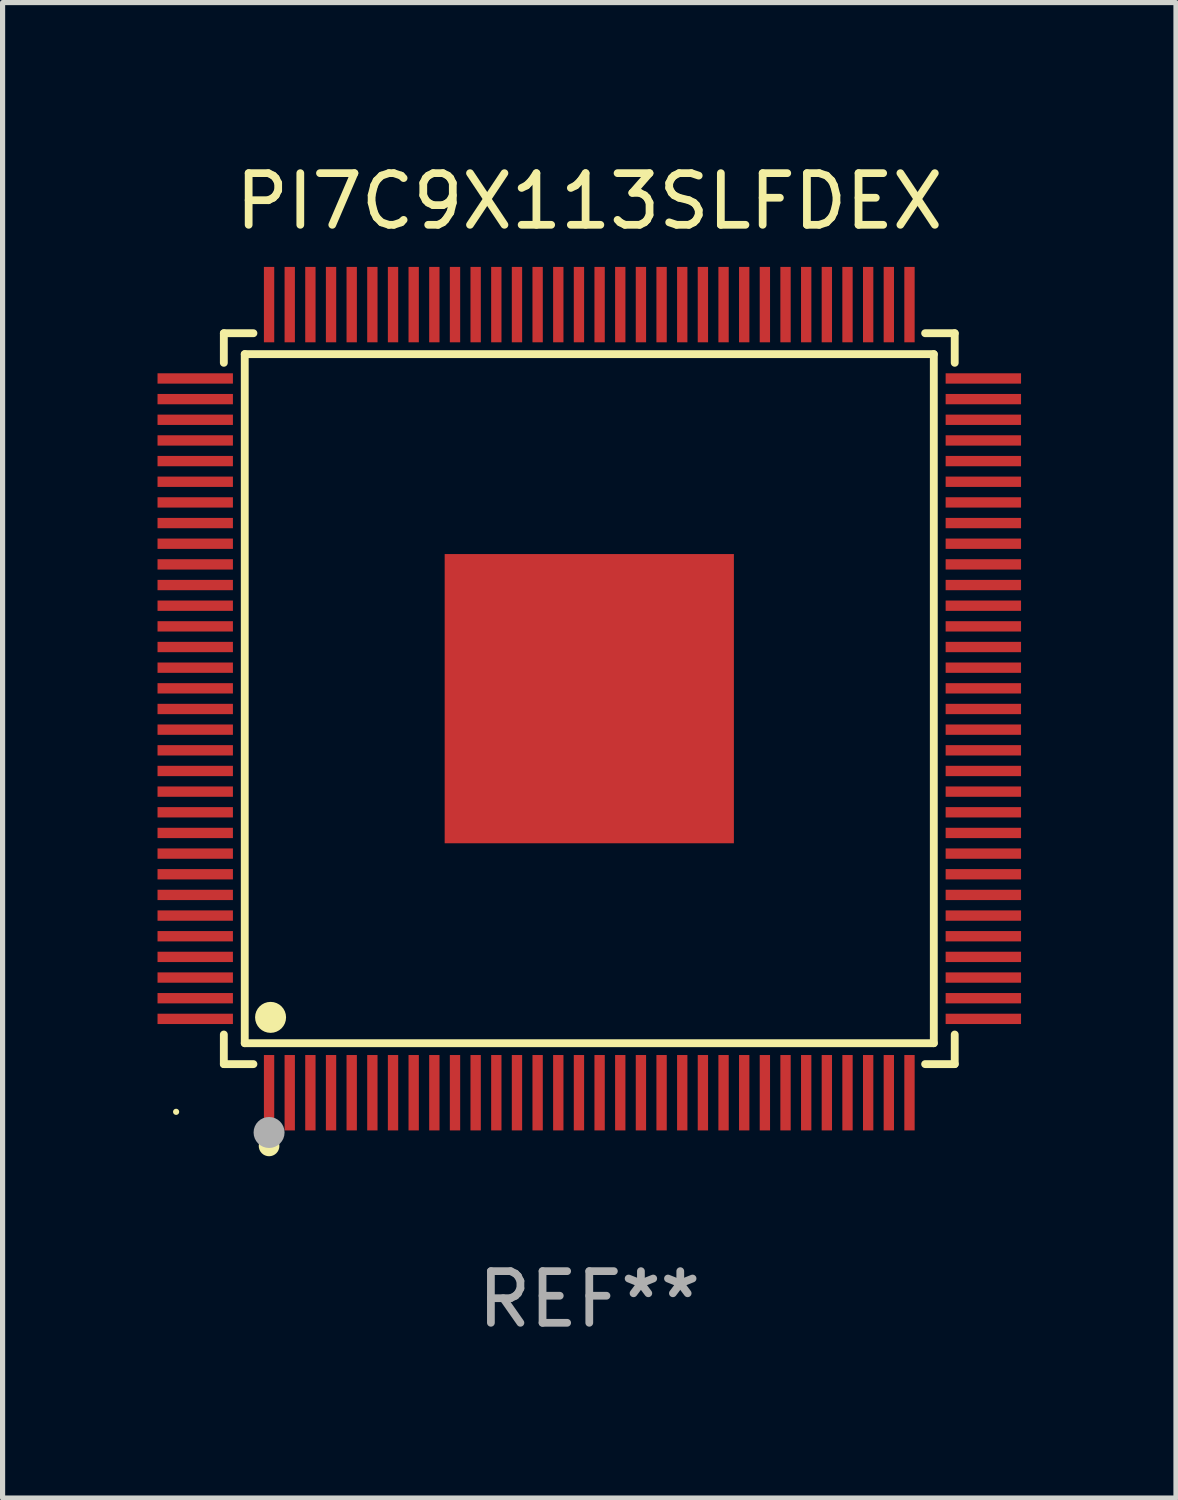
<source format=kicad_pcb>
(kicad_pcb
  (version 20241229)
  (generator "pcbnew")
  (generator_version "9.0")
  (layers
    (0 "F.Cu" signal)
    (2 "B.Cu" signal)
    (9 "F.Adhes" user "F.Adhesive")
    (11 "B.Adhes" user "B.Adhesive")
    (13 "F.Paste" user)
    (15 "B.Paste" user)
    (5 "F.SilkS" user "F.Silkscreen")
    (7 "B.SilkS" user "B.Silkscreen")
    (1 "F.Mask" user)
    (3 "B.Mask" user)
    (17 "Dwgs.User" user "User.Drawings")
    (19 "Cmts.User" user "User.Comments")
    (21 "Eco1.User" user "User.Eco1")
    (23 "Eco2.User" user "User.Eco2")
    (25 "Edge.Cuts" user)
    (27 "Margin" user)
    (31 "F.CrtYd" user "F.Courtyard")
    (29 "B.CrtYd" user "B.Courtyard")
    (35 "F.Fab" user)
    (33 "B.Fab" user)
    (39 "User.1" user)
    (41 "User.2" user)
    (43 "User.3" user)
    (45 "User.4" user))
  (footprint "PI7C9X113SLFDEX"
    (layer "F.Cu")
    (at 8.36 10.478)
    (property "Reference" "PI7C9X113SLFDEX" (at 0 -9.63 0) (layer "F.SilkS") (effects (font (size 1 1) (thickness 0.15))))
    (attr through_hole)
    (fp_line (start -7.076 -7.076) (end -6.503 -7.076) (stroke (width 0.152) (type solid)) (layer "F.SilkS"))
    (fp_line (start -7.076 -6.503) (end -7.076 -7.076) (stroke (width 0.152) (type solid)) (layer "F.SilkS"))
    (fp_line (start -7.076 6.503) (end -7.076 7.076) (stroke (width 0.152) (type solid)) (layer "F.SilkS"))
    (fp_line (start -7.076 7.076) (end -6.503 7.076) (stroke (width 0.152) (type solid)) (layer "F.SilkS"))
    (fp_line (start -6.671 -6.671) (end 6.671 -6.671) (stroke (width 0.152) (type solid)) (layer "F.SilkS"))
    (fp_line (start -6.671 6.671) (end -6.671 -6.671) (stroke (width 0.152) (type solid)) (layer "F.SilkS"))
    (fp_line (start 6.671 -6.671) (end 6.671 6.671) (stroke (width 0.152) (type solid)) (layer "F.SilkS"))
    (fp_line (start 6.671 6.671) (end -6.671 6.671) (stroke (width 0.152) (type solid)) (layer "F.SilkS"))
    (fp_line (start 7.076 -7.076) (end 6.503 -7.076) (stroke (width 0.152) (type solid)) (layer "F.SilkS"))
    (fp_line (start 7.076 -6.503) (end 7.076 -7.076) (stroke (width 0.152) (type solid)) (layer "F.SilkS"))
    (fp_line (start 7.076 6.503) (end 7.076 7.076) (stroke (width 0.152) (type solid)) (layer "F.SilkS"))
    (fp_line (start 7.076 7.076) (end 6.503 7.076) (stroke (width 0.152) (type solid)) (layer "F.SilkS"))
    (fp_circle (center -8 8) (end -7.97 8) (stroke (width 0.06) (type solid)) (fill no) (layer "F.SilkS"))
    (fp_circle (center -6.2 8.66) (end -6.1 8.66) (stroke (width 0.2) (type solid)) (fill no) (layer "F.SilkS"))
    (fp_circle (center -6.171 6.171) (end -6.021 6.171) (stroke (width 0.3) (type solid)) (fill no) (layer "F.SilkS"))
    (fp_circle (center -6.2 8.4) (end -6.05 8.4) (stroke (width 0.3) (type solid)) (fill no) (layer "F.Fab"))
    (fp_text user "REF**" (at 0 11.63 0) (layer "F.Fab") (effects (font (size 1 1) (thickness 0.15))))
    (pad "1" smd rect (at -6.2 7.63) (size 0.2 1.46) (layers "F.Cu" "F.Mask" "F.Paste"))
    (pad "2" smd rect (at -5.8 7.63) (size 0.2 1.46) (layers "F.Cu" "F.Mask" "F.Paste"))
    (pad "3" smd rect (at -5.4 7.63) (size 0.2 1.46) (layers "F.Cu" "F.Mask" "F.Paste"))
    (pad "4" smd rect (at -5 7.63) (size 0.2 1.46) (layers "F.Cu" "F.Mask" "F.Paste"))
    (pad "5" smd rect (at -4.6 7.63) (size 0.2 1.46) (layers "F.Cu" "F.Mask" "F.Paste"))
    (pad "6" smd rect (at -4.2 7.63) (size 0.2 1.46) (layers "F.Cu" "F.Mask" "F.Paste"))
    (pad "7" smd rect (at -3.8 7.63) (size 0.2 1.46) (layers "F.Cu" "F.Mask" "F.Paste"))
    (pad "8" smd rect (at -3.4 7.63) (size 0.2 1.46) (layers "F.Cu" "F.Mask" "F.Paste"))
    (pad "9" smd rect (at -3 7.63) (size 0.2 1.46) (layers "F.Cu" "F.Mask" "F.Paste"))
    (pad "10" smd rect (at -2.6 7.63) (size 0.2 1.46) (layers "F.Cu" "F.Mask" "F.Paste"))
    (pad "11" smd rect (at -2.2 7.63) (size 0.2 1.46) (layers "F.Cu" "F.Mask" "F.Paste"))
    (pad "12" smd rect (at -1.8 7.63) (size 0.2 1.46) (layers "F.Cu" "F.Mask" "F.Paste"))
    (pad "13" smd rect (at -1.4 7.63) (size 0.2 1.46) (layers "F.Cu" "F.Mask" "F.Paste"))
    (pad "14" smd rect (at -1 7.63) (size 0.2 1.46) (layers "F.Cu" "F.Mask" "F.Paste"))
    (pad "15" smd rect (at -0.6 7.63) (size 0.2 1.46) (layers "F.Cu" "F.Mask" "F.Paste"))
    (pad "16" smd rect (at -0.2 7.63) (size 0.2 1.46) (layers "F.Cu" "F.Mask" "F.Paste"))
    (pad "17" smd rect (at 0.2 7.63) (size 0.2 1.46) (layers "F.Cu" "F.Mask" "F.Paste"))
    (pad "18" smd rect (at 0.6 7.63) (size 0.2 1.46) (layers "F.Cu" "F.Mask" "F.Paste"))
    (pad "19" smd rect (at 1 7.63) (size 0.2 1.46) (layers "F.Cu" "F.Mask" "F.Paste"))
    (pad "20" smd rect (at 1.4 7.63) (size 0.2 1.46) (layers "F.Cu" "F.Mask" "F.Paste"))
    (pad "21" smd rect (at 1.8 7.63) (size 0.2 1.46) (layers "F.Cu" "F.Mask" "F.Paste"))
    (pad "22" smd rect (at 2.2 7.63) (size 0.2 1.46) (layers "F.Cu" "F.Mask" "F.Paste"))
    (pad "23" smd rect (at 2.6 7.63) (size 0.2 1.46) (layers "F.Cu" "F.Mask" "F.Paste"))
    (pad "24" smd rect (at 3 7.63) (size 0.2 1.46) (layers "F.Cu" "F.Mask" "F.Paste"))
    (pad "25" smd rect (at 3.4 7.63) (size 0.2 1.46) (layers "F.Cu" "F.Mask" "F.Paste"))
    (pad "26" smd rect (at 3.8 7.63) (size 0.2 1.46) (layers "F.Cu" "F.Mask" "F.Paste"))
    (pad "27" smd rect (at 4.2 7.63) (size 0.2 1.46) (layers "F.Cu" "F.Mask" "F.Paste"))
    (pad "28" smd rect (at 4.6 7.63) (size 0.2 1.46) (layers "F.Cu" "F.Mask" "F.Paste"))
    (pad "29" smd rect (at 5 7.63) (size 0.2 1.46) (layers "F.Cu" "F.Mask" "F.Paste"))
    (pad "30" smd rect (at 5.4 7.63) (size 0.2 1.46) (layers "F.Cu" "F.Mask" "F.Paste"))
    (pad "31" smd rect (at 5.8 7.63) (size 0.2 1.46) (layers "F.Cu" "F.Mask" "F.Paste"))
    (pad "32" smd rect (at 6.2 7.63) (size 0.2 1.46) (layers "F.Cu" "F.Mask" "F.Paste"))
    (pad "33" smd rect (at 7.63 6.2) (size 1.46 0.2) (layers "F.Cu" "F.Mask" "F.Paste"))
    (pad "34" smd rect (at 7.63 5.8) (size 1.46 0.2) (layers "F.Cu" "F.Mask" "F.Paste"))
    (pad "35" smd rect (at 7.63 5.4) (size 1.46 0.2) (layers "F.Cu" "F.Mask" "F.Paste"))
    (pad "36" smd rect (at 7.63 5) (size 1.46 0.2) (layers "F.Cu" "F.Mask" "F.Paste"))
    (pad "37" smd rect (at 7.63 4.6) (size 1.46 0.2) (layers "F.Cu" "F.Mask" "F.Paste"))
    (pad "38" smd rect (at 7.63 4.2) (size 1.46 0.2) (layers "F.Cu" "F.Mask" "F.Paste"))
    (pad "39" smd rect (at 7.63 3.8) (size 1.46 0.2) (layers "F.Cu" "F.Mask" "F.Paste"))
    (pad "40" smd rect (at 7.63 3.4) (size 1.46 0.2) (layers "F.Cu" "F.Mask" "F.Paste"))
    (pad "41" smd rect (at 7.63 3) (size 1.46 0.2) (layers "F.Cu" "F.Mask" "F.Paste"))
    (pad "42" smd rect (at 7.63 2.6) (size 1.46 0.2) (layers "F.Cu" "F.Mask" "F.Paste"))
    (pad "43" smd rect (at 7.63 2.2) (size 1.46 0.2) (layers "F.Cu" "F.Mask" "F.Paste"))
    (pad "44" smd rect (at 7.63 1.8) (size 1.46 0.2) (layers "F.Cu" "F.Mask" "F.Paste"))
    (pad "45" smd rect (at 7.63 1.4) (size 1.46 0.2) (layers "F.Cu" "F.Mask" "F.Paste"))
    (pad "46" smd rect (at 7.63 1) (size 1.46 0.2) (layers "F.Cu" "F.Mask" "F.Paste"))
    (pad "47" smd rect (at 7.63 0.6) (size 1.46 0.2) (layers "F.Cu" "F.Mask" "F.Paste"))
    (pad "48" smd rect (at 7.63 0.2) (size 1.46 0.2) (layers "F.Cu" "F.Mask" "F.Paste"))
    (pad "49" smd rect (at 7.63 -0.2) (size 1.46 0.2) (layers "F.Cu" "F.Mask" "F.Paste"))
    (pad "50" smd rect (at 7.63 -0.6) (size 1.46 0.2) (layers "F.Cu" "F.Mask" "F.Paste"))
    (pad "51" smd rect (at 7.63 -1) (size 1.46 0.2) (layers "F.Cu" "F.Mask" "F.Paste"))
    (pad "52" smd rect (at 7.63 -1.4) (size 1.46 0.2) (layers "F.Cu" "F.Mask" "F.Paste"))
    (pad "53" smd rect (at 7.63 -1.8) (size 1.46 0.2) (layers "F.Cu" "F.Mask" "F.Paste"))
    (pad "54" smd rect (at 7.63 -2.2) (size 1.46 0.2) (layers "F.Cu" "F.Mask" "F.Paste"))
    (pad "55" smd rect (at 7.63 -2.6) (size 1.46 0.2) (layers "F.Cu" "F.Mask" "F.Paste"))
    (pad "56" smd rect (at 7.63 -3) (size 1.46 0.2) (layers "F.Cu" "F.Mask" "F.Paste"))
    (pad "57" smd rect (at 7.63 -3.4) (size 1.46 0.2) (layers "F.Cu" "F.Mask" "F.Paste"))
    (pad "58" smd rect (at 7.63 -3.8) (size 1.46 0.2) (layers "F.Cu" "F.Mask" "F.Paste"))
    (pad "59" smd rect (at 7.63 -4.2) (size 1.46 0.2) (layers "F.Cu" "F.Mask" "F.Paste"))
    (pad "60" smd rect (at 7.63 -4.6) (size 1.46 0.2) (layers "F.Cu" "F.Mask" "F.Paste"))
    (pad "61" smd rect (at 7.63 -5) (size 1.46 0.2) (layers "F.Cu" "F.Mask" "F.Paste"))
    (pad "62" smd rect (at 7.63 -5.4) (size 1.46 0.2) (layers "F.Cu" "F.Mask" "F.Paste"))
    (pad "63" smd rect (at 7.63 -5.8) (size 1.46 0.2) (layers "F.Cu" "F.Mask" "F.Paste"))
    (pad "64" smd rect (at 7.63 -6.2) (size 1.46 0.2) (layers "F.Cu" "F.Mask" "F.Paste"))
    (pad "65" smd rect (at 6.2 -7.63) (size 0.2 1.46) (layers "F.Cu" "F.Mask" "F.Paste"))
    (pad "66" smd rect (at 5.8 -7.63) (size 0.2 1.46) (layers "F.Cu" "F.Mask" "F.Paste"))
    (pad "67" smd rect (at 5.4 -7.63) (size 0.2 1.46) (layers "F.Cu" "F.Mask" "F.Paste"))
    (pad "68" smd rect (at 5 -7.63) (size 0.2 1.46) (layers "F.Cu" "F.Mask" "F.Paste"))
    (pad "69" smd rect (at 4.6 -7.63) (size 0.2 1.46) (layers "F.Cu" "F.Mask" "F.Paste"))
    (pad "70" smd rect (at 4.2 -7.63) (size 0.2 1.46) (layers "F.Cu" "F.Mask" "F.Paste"))
    (pad "71" smd rect (at 3.8 -7.63) (size 0.2 1.46) (layers "F.Cu" "F.Mask" "F.Paste"))
    (pad "72" smd rect (at 3.4 -7.63) (size 0.2 1.46) (layers "F.Cu" "F.Mask" "F.Paste"))
    (pad "73" smd rect (at 3 -7.63) (size 0.2 1.46) (layers "F.Cu" "F.Mask" "F.Paste"))
    (pad "74" smd rect (at 2.6 -7.63) (size 0.2 1.46) (layers "F.Cu" "F.Mask" "F.Paste"))
    (pad "75" smd rect (at 2.2 -7.63) (size 0.2 1.46) (layers "F.Cu" "F.Mask" "F.Paste"))
    (pad "76" smd rect (at 1.8 -7.63) (size 0.2 1.46) (layers "F.Cu" "F.Mask" "F.Paste"))
    (pad "77" smd rect (at 1.4 -7.63) (size 0.2 1.46) (layers "F.Cu" "F.Mask" "F.Paste"))
    (pad "78" smd rect (at 1 -7.63) (size 0.2 1.46) (layers "F.Cu" "F.Mask" "F.Paste"))
    (pad "79" smd rect (at 0.6 -7.63) (size 0.2 1.46) (layers "F.Cu" "F.Mask" "F.Paste"))
    (pad "80" smd rect (at 0.2 -7.63) (size 0.2 1.46) (layers "F.Cu" "F.Mask" "F.Paste"))
    (pad "81" smd rect (at -0.2 -7.63) (size 0.2 1.46) (layers "F.Cu" "F.Mask" "F.Paste"))
    (pad "82" smd rect (at -0.6 -7.63) (size 0.2 1.46) (layers "F.Cu" "F.Mask" "F.Paste"))
    (pad "83" smd rect (at -1 -7.63) (size 0.2 1.46) (layers "F.Cu" "F.Mask" "F.Paste"))
    (pad "84" smd rect (at -1.4 -7.63) (size 0.2 1.46) (layers "F.Cu" "F.Mask" "F.Paste"))
    (pad "85" smd rect (at -1.8 -7.63) (size 0.2 1.46) (layers "F.Cu" "F.Mask" "F.Paste"))
    (pad "86" smd rect (at -2.2 -7.63) (size 0.2 1.46) (layers "F.Cu" "F.Mask" "F.Paste"))
    (pad "87" smd rect (at -2.6 -7.63) (size 0.2 1.46) (layers "F.Cu" "F.Mask" "F.Paste"))
    (pad "88" smd rect (at -3 -7.63) (size 0.2 1.46) (layers "F.Cu" "F.Mask" "F.Paste"))
    (pad "89" smd rect (at -3.4 -7.63) (size 0.2 1.46) (layers "F.Cu" "F.Mask" "F.Paste"))
    (pad "90" smd rect (at -3.8 -7.63) (size 0.2 1.46) (layers "F.Cu" "F.Mask" "F.Paste"))
    (pad "91" smd rect (at -4.2 -7.63) (size 0.2 1.46) (layers "F.Cu" "F.Mask" "F.Paste"))
    (pad "92" smd rect (at -4.6 -7.63) (size 0.2 1.46) (layers "F.Cu" "F.Mask" "F.Paste"))
    (pad "93" smd rect (at -5 -7.63) (size 0.2 1.46) (layers "F.Cu" "F.Mask" "F.Paste"))
    (pad "94" smd rect (at -5.4 -7.63) (size 0.2 1.46) (layers "F.Cu" "F.Mask" "F.Paste"))
    (pad "95" smd rect (at -5.8 -7.63) (size 0.2 1.46) (layers "F.Cu" "F.Mask" "F.Paste"))
    (pad "96" smd rect (at -6.2 -7.63) (size 0.2 1.46) (layers "F.Cu" "F.Mask" "F.Paste"))
    (pad "97" smd rect (at -7.63 -6.2) (size 1.46 0.2) (layers "F.Cu" "F.Mask" "F.Paste"))
    (pad "98" smd rect (at -7.63 -5.8) (size 1.46 0.2) (layers "F.Cu" "F.Mask" "F.Paste"))
    (pad "99" smd rect (at -7.63 -5.4) (size 1.46 0.2) (layers "F.Cu" "F.Mask" "F.Paste"))
    (pad "100" smd rect (at -7.63 -5) (size 1.46 0.2) (layers "F.Cu" "F.Mask" "F.Paste"))
    (pad "101" smd rect (at -7.63 -4.6) (size 1.46 0.2) (layers "F.Cu" "F.Mask" "F.Paste"))
    (pad "102" smd rect (at -7.63 -4.2) (size 1.46 0.2) (layers "F.Cu" "F.Mask" "F.Paste"))
    (pad "103" smd rect (at -7.63 -3.8) (size 1.46 0.2) (layers "F.Cu" "F.Mask" "F.Paste"))
    (pad "104" smd rect (at -7.63 -3.4) (size 1.46 0.2) (layers "F.Cu" "F.Mask" "F.Paste"))
    (pad "105" smd rect (at -7.63 -3) (size 1.46 0.2) (layers "F.Cu" "F.Mask" "F.Paste"))
    (pad "106" smd rect (at -7.63 -2.6) (size 1.46 0.2) (layers "F.Cu" "F.Mask" "F.Paste"))
    (pad "107" smd rect (at -7.63 -2.2) (size 1.46 0.2) (layers "F.Cu" "F.Mask" "F.Paste"))
    (pad "108" smd rect (at -7.63 -1.8) (size 1.46 0.2) (layers "F.Cu" "F.Mask" "F.Paste"))
    (pad "109" smd rect (at -7.63 -1.4) (size 1.46 0.2) (layers "F.Cu" "F.Mask" "F.Paste"))
    (pad "110" smd rect (at -7.63 -1) (size 1.46 0.2) (layers "F.Cu" "F.Mask" "F.Paste"))
    (pad "111" smd rect (at -7.63 -0.6) (size 1.46 0.2) (layers "F.Cu" "F.Mask" "F.Paste"))
    (pad "112" smd rect (at -7.63 -0.2) (size 1.46 0.2) (layers "F.Cu" "F.Mask" "F.Paste"))
    (pad "113" smd rect (at -7.63 0.2) (size 1.46 0.2) (layers "F.Cu" "F.Mask" "F.Paste"))
    (pad "114" smd rect (at -7.63 0.6) (size 1.46 0.2) (layers "F.Cu" "F.Mask" "F.Paste"))
    (pad "115" smd rect (at -7.63 1) (size 1.46 0.2) (layers "F.Cu" "F.Mask" "F.Paste"))
    (pad "116" smd rect (at -7.63 1.4) (size 1.46 0.2) (layers "F.Cu" "F.Mask" "F.Paste"))
    (pad "117" smd rect (at -7.63 1.8) (size 1.46 0.2) (layers "F.Cu" "F.Mask" "F.Paste"))
    (pad "118" smd rect (at -7.63 2.2) (size 1.46 0.2) (layers "F.Cu" "F.Mask" "F.Paste"))
    (pad "119" smd rect (at -7.63 2.6) (size 1.46 0.2) (layers "F.Cu" "F.Mask" "F.Paste"))
    (pad "120" smd rect (at -7.63 3) (size 1.46 0.2) (layers "F.Cu" "F.Mask" "F.Paste"))
    (pad "121" smd rect (at -7.63 3.4) (size 1.46 0.2) (layers "F.Cu" "F.Mask" "F.Paste"))
    (pad "122" smd rect (at -7.63 3.8) (size 1.46 0.2) (layers "F.Cu" "F.Mask" "F.Paste"))
    (pad "123" smd rect (at -7.63 4.2) (size 1.46 0.2) (layers "F.Cu" "F.Mask" "F.Paste"))
    (pad "124" smd rect (at -7.63 4.6) (size 1.46 0.2) (layers "F.Cu" "F.Mask" "F.Paste"))
    (pad "125" smd rect (at -7.63 5) (size 1.46 0.2) (layers "F.Cu" "F.Mask" "F.Paste"))
    (pad "126" smd rect (at -7.63 5.4) (size 1.46 0.2) (layers "F.Cu" "F.Mask" "F.Paste"))
    (pad "127" smd rect (at -7.63 5.8) (size 1.46 0.2) (layers "F.Cu" "F.Mask" "F.Paste"))
    (pad "128" smd rect (at -7.63 6.2) (size 1.46 0.2) (layers "F.Cu" "F.Mask" "F.Paste"))
    (pad "129" smd rect (at 0 0) (size 5.6 5.6) (layers "F.Cu" "F.Mask" "F.Paste")))
  (gr_rect
    (start -3 -3)
    (end 19.72 25.956)
    (stroke (width 0.1) (type default))
    (fill no)
    (layer "Edge.Cuts")))
</source>
